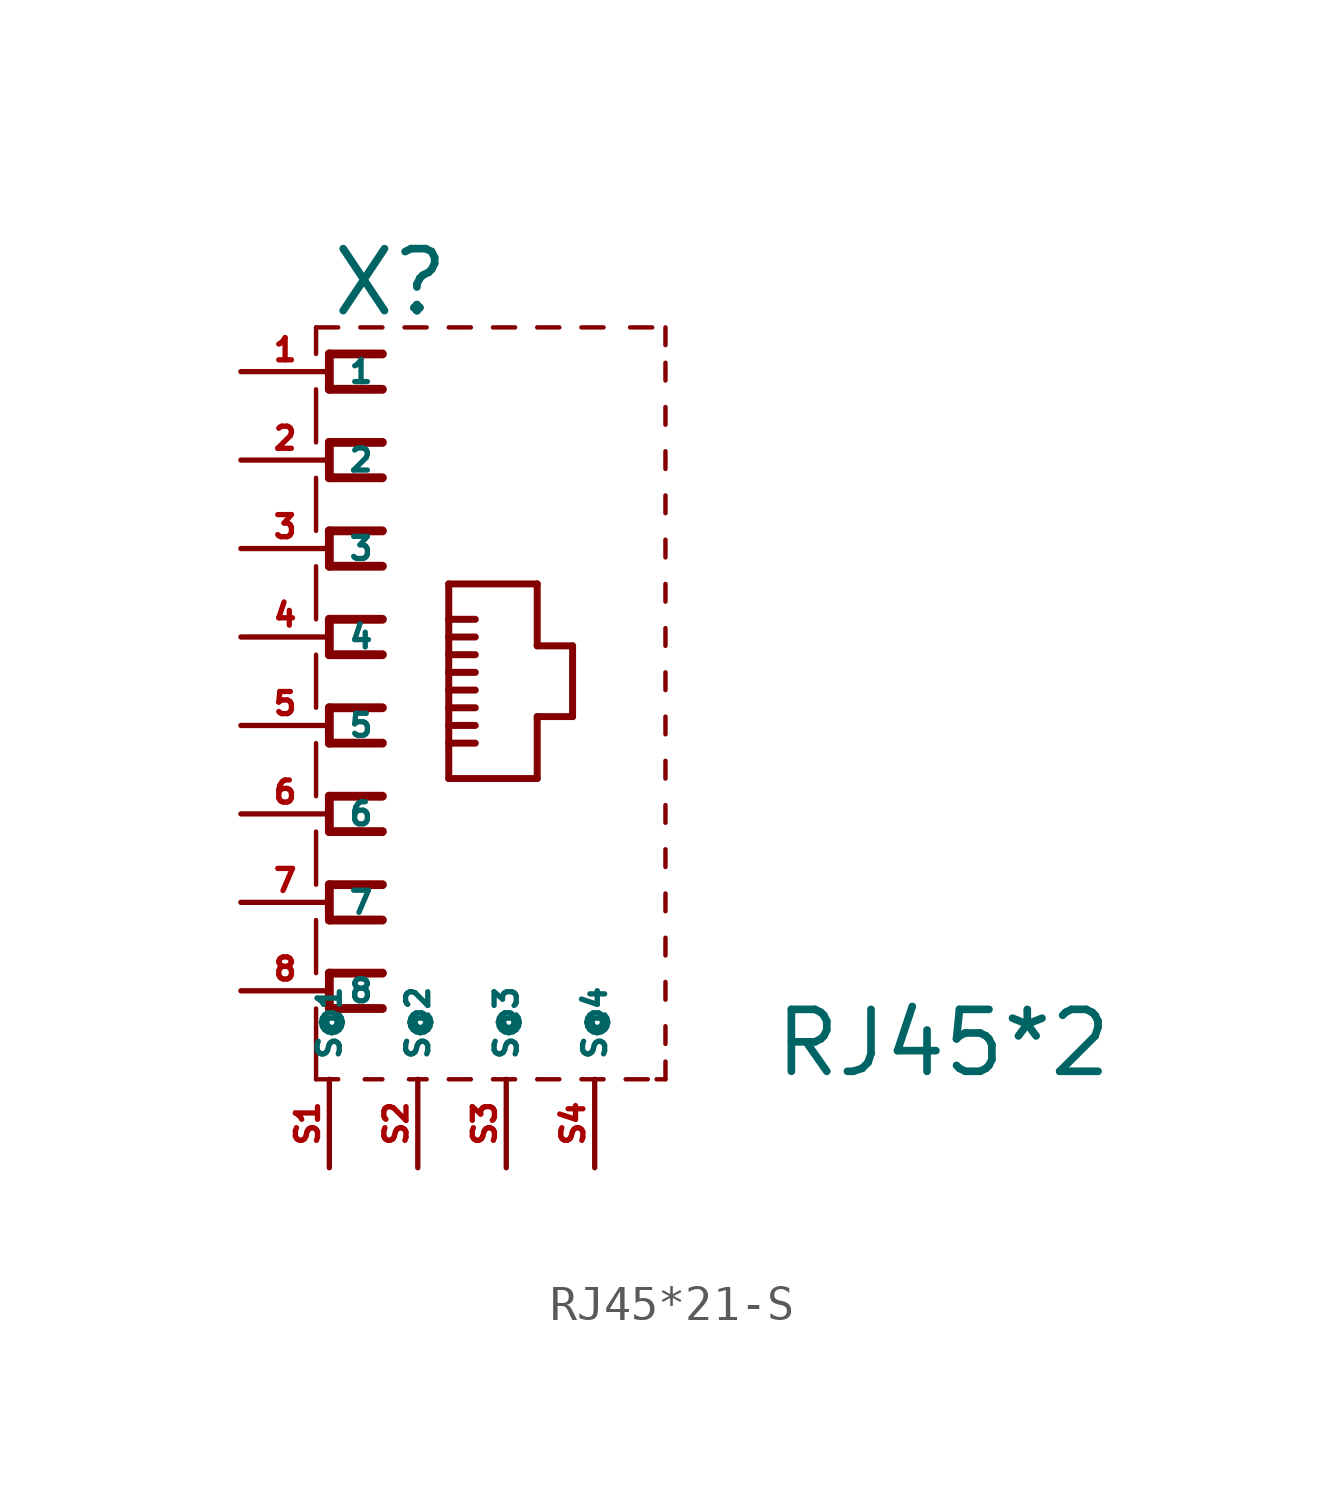
<source format=kicad_sym>
(kicad_symbol_lib
  (version 20220914)
  (generator Eagle2Kicad)
  (symbol "RJ45*21-S"
    (property "Reference" "X"
      (at -5.08 11.684 0)
      (effects (font (size 1.778 1.778) (thickness 0.22)) (justify left bottom)))
    (property "Value" "RJ45*2"
      (at 7.62 -10.16 0)
      (effects (font (size 1.778 1.778) (thickness 0.22)) (justify left bottom)))
    (polyline
      (pts (xy -5.461 -10.16) (xy -4.826 -10.16))
      (stroke (width 0.127) (type default))
      (fill (type none)))
    (polyline
      (pts (xy -4.064 -10.16) (xy -3.556 -10.16))
      (stroke (width 0.127) (type default))
      (fill (type none)))
    (polyline
      (pts (xy -2.794 -10.16) (xy -2.286 -10.16))
      (stroke (width 0.127) (type default))
      (fill (type none)))
    (polyline
      (pts (xy 4.318 -10.16) (xy 4.572 -10.16))
      (stroke (width 0.127) (type default))
      (fill (type none)))
    (polyline
      (pts (xy 4.572 -10.16) (xy 4.572 -9.652))
      (stroke (width 0.127) (type default))
      (fill (type none)))
    (polyline
      (pts (xy 4.572 9.906) (xy 4.572 10.414))
      (stroke (width 0.127) (type default))
      (fill (type none)))
    (polyline
      (pts (xy 4.572 10.922) (xy 4.572 11.43))
      (stroke (width 0.127) (type default))
      (fill (type none)))
    (polyline
      (pts (xy -4.826 11.43) (xy -5.461 11.43))
      (stroke (width 0.127) (type default))
      (fill (type none)))
    (polyline
      (pts (xy -5.461 11.43) (xy -5.461 10.668))
      (stroke (width 0.127) (type default))
      (fill (type none)))
    (polyline
      (pts (xy -5.461 9.652) (xy -5.461 8.128))
      (stroke (width 0.127) (type default))
      (fill (type none)))
    (polyline
      (pts (xy -5.461 7.112) (xy -5.461 5.588))
      (stroke (width 0.127) (type default))
      (fill (type none)))
    (polyline
      (pts (xy -5.461 4.572) (xy -5.461 3.048))
      (stroke (width 0.127) (type default))
      (fill (type none)))
    (polyline
      (pts (xy -5.461 2.032) (xy -5.461 0.508))
      (stroke (width 0.127) (type default))
      (fill (type none)))
    (polyline
      (pts (xy -5.461 -0.508) (xy -5.461 -2.032))
      (stroke (width 0.127) (type default))
      (fill (type none)))
    (polyline
      (pts (xy -5.461 -8.128) (xy -5.461 -10.16))
      (stroke (width 0.127) (type default))
      (fill (type none)))
    (polyline
      (pts (xy 4.572 8.636) (xy 4.572 9.144))
      (stroke (width 0.127) (type default))
      (fill (type none)))
    (polyline
      (pts (xy 4.572 7.366) (xy 4.572 7.874))
      (stroke (width 0.127) (type default))
      (fill (type none)))
    (polyline
      (pts (xy 4.572 6.096) (xy 4.572 6.604))
      (stroke (width 0.127) (type default))
      (fill (type none)))
    (polyline
      (pts (xy 4.572 4.826) (xy 4.572 5.334))
      (stroke (width 0.127) (type default))
      (fill (type none)))
    (polyline
      (pts (xy 4.572 3.556) (xy 4.572 4.064))
      (stroke (width 0.127) (type default))
      (fill (type none)))
    (polyline
      (pts (xy 4.572 2.286) (xy 4.572 2.794))
      (stroke (width 0.127) (type default))
      (fill (type none)))
    (polyline
      (pts (xy 4.572 1.016) (xy 4.572 1.524))
      (stroke (width 0.127) (type default))
      (fill (type none)))
    (polyline
      (pts (xy 4.572 -0.254) (xy 4.572 0.254))
      (stroke (width 0.127) (type default))
      (fill (type none)))
    (polyline
      (pts (xy 4.572 -1.524) (xy 4.572 -1.016))
      (stroke (width 0.127) (type default))
      (fill (type none)))
    (polyline
      (pts (xy -1.016 -10.16) (xy -1.651 -10.16))
      (stroke (width 0.127) (type default))
      (fill (type none)))
    (polyline
      (pts (xy 0.254 -10.16) (xy -0.381 -10.16))
      (stroke (width 0.127) (type default))
      (fill (type none)))
    (polyline
      (pts (xy 1.524 -10.16) (xy 0.889 -10.16))
      (stroke (width 0.127) (type default))
      (fill (type none)))
    (polyline
      (pts (xy 2.794 -10.16) (xy 2.159 -10.16))
      (stroke (width 0.127) (type default))
      (fill (type none)))
    (polyline
      (pts (xy 4.064 -10.16) (xy 3.429 -10.16))
      (stroke (width 0.127) (type default))
      (fill (type none)))
    (polyline
      (pts (xy -3.556 11.43) (xy -4.191 11.43))
      (stroke (width 0.127) (type default))
      (fill (type none)))
    (polyline
      (pts (xy -2.286 11.43) (xy -2.921 11.43))
      (stroke (width 0.127) (type default))
      (fill (type none)))
    (polyline
      (pts (xy -1.016 11.43) (xy -1.651 11.43))
      (stroke (width 0.127) (type default))
      (fill (type none)))
    (polyline
      (pts (xy 0.254 11.43) (xy -0.381 11.43))
      (stroke (width 0.127) (type default))
      (fill (type none)))
    (polyline
      (pts (xy 1.524 11.43) (xy 0.889 11.43))
      (stroke (width 0.127) (type default))
      (fill (type none)))
    (polyline
      (pts (xy 2.794 11.43) (xy 2.159 11.43))
      (stroke (width 0.127) (type default))
      (fill (type none)))
    (polyline
      (pts (xy 3.556 11.43) (xy 4.191 11.43))
      (stroke (width 0.127) (type default))
      (fill (type none)))
    (polyline
      (pts (xy -3.556 10.668) (xy -5.08 10.668))
      (stroke (width 0.254) (type default))
      (fill (type none)))
    (polyline
      (pts (xy -5.08 10.668) (xy -5.08 9.652))
      (stroke (width 0.254) (type default))
      (fill (type none)))
    (polyline
      (pts (xy -5.08 9.652) (xy -3.556 9.652))
      (stroke (width 0.254) (type default))
      (fill (type none)))
    (polyline
      (pts (xy -3.556 8.128) (xy -5.08 8.128))
      (stroke (width 0.254) (type default))
      (fill (type none)))
    (polyline
      (pts (xy -5.08 8.128) (xy -5.08 7.112))
      (stroke (width 0.254) (type default))
      (fill (type none)))
    (polyline
      (pts (xy -5.08 7.112) (xy -3.556 7.112))
      (stroke (width 0.254) (type default))
      (fill (type none)))
    (polyline
      (pts (xy -3.556 5.588) (xy -5.08 5.588))
      (stroke (width 0.254) (type default))
      (fill (type none)))
    (polyline
      (pts (xy -5.08 5.588) (xy -5.08 4.572))
      (stroke (width 0.254) (type default))
      (fill (type none)))
    (polyline
      (pts (xy -5.08 4.572) (xy -3.556 4.572))
      (stroke (width 0.254) (type default))
      (fill (type none)))
    (polyline
      (pts (xy -3.556 3.048) (xy -5.08 3.048))
      (stroke (width 0.254) (type default))
      (fill (type none)))
    (polyline
      (pts (xy -5.08 3.048) (xy -5.08 2.032))
      (stroke (width 0.254) (type default))
      (fill (type none)))
    (polyline
      (pts (xy -5.08 2.032) (xy -3.556 2.032))
      (stroke (width 0.254) (type default))
      (fill (type none)))
    (polyline
      (pts (xy -3.556 0.508) (xy -5.08 0.508))
      (stroke (width 0.254) (type default))
      (fill (type none)))
    (polyline
      (pts (xy -5.08 0.508) (xy -5.08 -0.508))
      (stroke (width 0.254) (type default))
      (fill (type none)))
    (polyline
      (pts (xy -5.08 -0.508) (xy -3.556 -0.508))
      (stroke (width 0.254) (type default))
      (fill (type none)))
    (polyline
      (pts (xy -3.556 -2.032) (xy -5.08 -2.032))
      (stroke (width 0.254) (type default))
      (fill (type none)))
    (polyline
      (pts (xy -5.08 -2.032) (xy -5.08 -3.048))
      (stroke (width 0.254) (type default))
      (fill (type none)))
    (polyline
      (pts (xy -5.08 -3.048) (xy -3.556 -3.048))
      (stroke (width 0.254) (type default))
      (fill (type none)))
    (polyline
      (pts (xy -1.651 -1.524) (xy 0.889 -1.524))
      (stroke (width 0.2) (type default))
      (fill (type none)))
    (polyline
      (pts (xy 0.889 -1.524) (xy 0.889 0.254))
      (stroke (width 0.2) (type default))
      (fill (type none)))
    (polyline
      (pts (xy 0.889 0.254) (xy 1.905 0.254))
      (stroke (width 0.2) (type default))
      (fill (type none)))
    (polyline
      (pts (xy 1.905 0.254) (xy 1.905 2.286))
      (stroke (width 0.2) (type default))
      (fill (type none)))
    (polyline
      (pts (xy 1.905 2.286) (xy 0.889 2.286))
      (stroke (width 0.2) (type default))
      (fill (type none)))
    (polyline
      (pts (xy 0.889 2.286) (xy 0.889 4.064))
      (stroke (width 0.2) (type default))
      (fill (type none)))
    (polyline
      (pts (xy 0.889 4.064) (xy -1.651 4.064))
      (stroke (width 0.2) (type default))
      (fill (type none)))
    (polyline
      (pts (xy -1.651 4.064) (xy -1.651 3.048))
      (stroke (width 0.2) (type default))
      (fill (type none)))
    (polyline
      (pts (xy -1.651 3.048) (xy -1.651 2.54))
      (stroke (width 0.2) (type default))
      (fill (type none)))
    (polyline
      (pts (xy -1.651 2.54) (xy -1.651 2.032))
      (stroke (width 0.2) (type default))
      (fill (type none)))
    (polyline
      (pts (xy -1.651 2.032) (xy -1.651 1.524))
      (stroke (width 0.2) (type default))
      (fill (type none)))
    (polyline
      (pts (xy -1.651 1.524) (xy -1.651 1.016))
      (stroke (width 0.2) (type default))
      (fill (type none)))
    (polyline
      (pts (xy -1.651 1.016) (xy -1.651 0.508))
      (stroke (width 0.2) (type default))
      (fill (type none)))
    (polyline
      (pts (xy -1.651 0.508) (xy -1.651 0))
      (stroke (width 0.2) (type default))
      (fill (type none)))
    (polyline
      (pts (xy -1.651 0) (xy -1.651 -0.508))
      (stroke (width 0.2) (type default))
      (fill (type none)))
    (polyline
      (pts (xy -1.651 -0.508) (xy -1.651 -1.524))
      (stroke (width 0.2) (type default))
      (fill (type none)))
    (polyline
      (pts (xy -1.651 3.048) (xy -0.889 3.048))
      (stroke (width 0.2) (type default))
      (fill (type none)))
    (polyline
      (pts (xy -1.651 2.54) (xy -0.889 2.54))
      (stroke (width 0.2) (type default))
      (fill (type none)))
    (polyline
      (pts (xy -1.651 2.032) (xy -0.889 2.032))
      (stroke (width 0.2) (type default))
      (fill (type none)))
    (polyline
      (pts (xy -1.651 1.524) (xy -0.889 1.524))
      (stroke (width 0.2) (type default))
      (fill (type none)))
    (polyline
      (pts (xy -1.651 1.016) (xy -0.889 1.016))
      (stroke (width 0.2) (type default))
      (fill (type none)))
    (polyline
      (pts (xy -1.651 0.508) (xy -0.889 0.508))
      (stroke (width 0.2) (type default))
      (fill (type none)))
    (polyline
      (pts (xy -3.556 -4.572) (xy -5.08 -4.572))
      (stroke (width 0.254) (type default))
      (fill (type none)))
    (polyline
      (pts (xy -5.08 -4.572) (xy -5.08 -5.588))
      (stroke (width 0.254) (type default))
      (fill (type none)))
    (polyline
      (pts (xy -5.08 -5.588) (xy -3.556 -5.588))
      (stroke (width 0.254) (type default))
      (fill (type none)))
    (polyline
      (pts (xy -3.556 -7.112) (xy -5.08 -7.112))
      (stroke (width 0.254) (type default))
      (fill (type none)))
    (polyline
      (pts (xy -5.08 -7.112) (xy -5.08 -8.128))
      (stroke (width 0.254) (type default))
      (fill (type none)))
    (polyline
      (pts (xy -5.08 -8.128) (xy -3.556 -8.128))
      (stroke (width 0.254) (type default))
      (fill (type none)))
    (polyline
      (pts (xy -1.651 0) (xy -0.889 0))
      (stroke (width 0.2) (type default))
      (fill (type none)))
    (polyline
      (pts (xy -1.651 -0.508) (xy -0.889 -0.508))
      (stroke (width 0.2) (type default))
      (fill (type none)))
    (polyline
      (pts (xy -5.461 -3.048) (xy -5.461 -4.572))
      (stroke (width 0.127) (type default))
      (fill (type none)))
    (polyline
      (pts (xy -5.461 -5.588) (xy -5.461 -7.112))
      (stroke (width 0.127) (type default))
      (fill (type none)))
    (polyline
      (pts (xy 4.572 -2.794) (xy 4.572 -2.286))
      (stroke (width 0.127) (type default))
      (fill (type none)))
    (polyline
      (pts (xy 4.572 -4.064) (xy 4.572 -3.556))
      (stroke (width 0.127) (type default))
      (fill (type none)))
    (polyline
      (pts (xy 4.572 -5.334) (xy 4.572 -4.826))
      (stroke (width 0.127) (type default))
      (fill (type none)))
    (polyline
      (pts (xy 4.572 -6.604) (xy 4.572 -6.096))
      (stroke (width 0.127) (type default))
      (fill (type none)))
    (polyline
      (pts (xy 4.572 -7.874) (xy 4.572 -7.366))
      (stroke (width 0.127) (type default))
      (fill (type none)))
    (polyline
      (pts (xy 4.572 -9.144) (xy 4.572 -8.636))
      (stroke (width 0.127) (type default))
      (fill (type none)))
    (pin passive line
      (at -2.54 -12.7 90)
      (length 2.54)
      (name "S@2" (effects (font (size 0.635 0.635) (thickness 0.08)) (justify left bottom)))
      (number "S2" (effects (font (size 0.635 0.635) (thickness 0.08)) (justify left bottom))))
    (pin passive line
      (at -5.08 -12.7 90)
      (length 2.54)
      (name "S@1" (effects (font (size 0.635 0.635) (thickness 0.08)) (justify left bottom)))
      (number "S1" (effects (font (size 0.635 0.635) (thickness 0.08)) (justify left bottom))))
    (pin passive line
      (at 0 -12.7 90)
      (length 2.54)
      (name "S@3" (effects (font (size 0.635 0.635) (thickness 0.08)) (justify left bottom)))
      (number "S3" (effects (font (size 0.635 0.635) (thickness 0.08)) (justify left bottom))))
    (pin passive line
      (at 2.54 -12.7 90)
      (length 2.54)
      (name "S@4" (effects (font (size 0.635 0.635) (thickness 0.08)) (justify left bottom)))
      (number "S4" (effects (font (size 0.635 0.635) (thickness 0.08)) (justify left bottom))))
    (pin passive line
      (at -7.62 10.16 0)
      (length 2.54)
      (name "1" (effects (font (size 0.635 0.635) (thickness 0.08)) (justify left bottom)))
      (number "1" (effects (font (size 0.635 0.635) (thickness 0.08)) (justify left bottom))))
    (pin passive line
      (at -7.62 7.62 0)
      (length 2.54)
      (name "2" (effects (font (size 0.635 0.635) (thickness 0.08)) (justify left bottom)))
      (number "2" (effects (font (size 0.635 0.635) (thickness 0.08)) (justify left bottom))))
    (pin passive line
      (at -7.62 5.08 0)
      (length 2.54)
      (name "3" (effects (font (size 0.635 0.635) (thickness 0.08)) (justify left bottom)))
      (number "3" (effects (font (size 0.635 0.635) (thickness 0.08)) (justify left bottom))))
    (pin passive line
      (at -7.62 2.54 0)
      (length 2.54)
      (name "4" (effects (font (size 0.635 0.635) (thickness 0.08)) (justify left bottom)))
      (number "4" (effects (font (size 0.635 0.635) (thickness 0.08)) (justify left bottom))))
    (pin passive line
      (at -7.62 0 0)
      (length 2.54)
      (name "5" (effects (font (size 0.635 0.635) (thickness 0.08)) (justify left bottom)))
      (number "5" (effects (font (size 0.635 0.635) (thickness 0.08)) (justify left bottom))))
    (pin passive line
      (at -7.62 -2.54 0)
      (length 2.54)
      (name "6" (effects (font (size 0.635 0.635) (thickness 0.08)) (justify left bottom)))
      (number "6" (effects (font (size 0.635 0.635) (thickness 0.08)) (justify left bottom))))
    (pin passive line
      (at -7.62 -5.08 0)
      (length 2.54)
      (name "7" (effects (font (size 0.635 0.635) (thickness 0.08)) (justify left bottom)))
      (number "7" (effects (font (size 0.635 0.635) (thickness 0.08)) (justify left bottom))))
    (pin passive line
      (at -7.62 -7.62 0)
      (length 2.54)
      (name "8" (effects (font (size 0.635 0.635) (thickness 0.08)) (justify left bottom)))
      (number "8" (effects (font (size 0.635 0.635) (thickness 0.08)) (justify left bottom))))))
</source>
